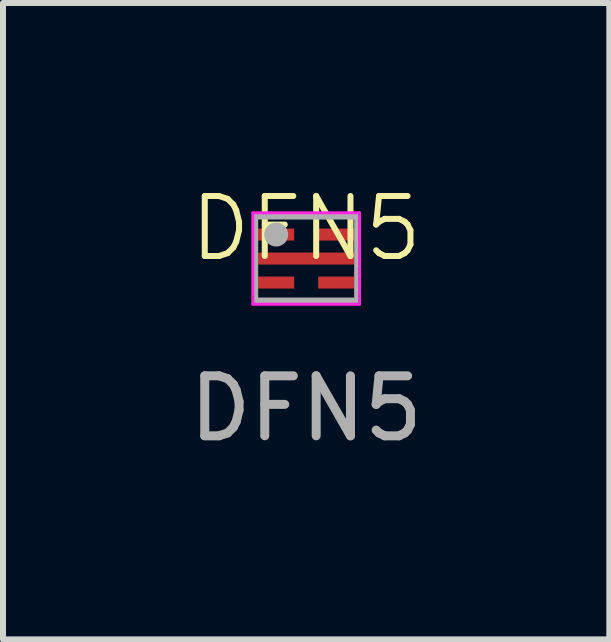
<source format=kicad_pcb>
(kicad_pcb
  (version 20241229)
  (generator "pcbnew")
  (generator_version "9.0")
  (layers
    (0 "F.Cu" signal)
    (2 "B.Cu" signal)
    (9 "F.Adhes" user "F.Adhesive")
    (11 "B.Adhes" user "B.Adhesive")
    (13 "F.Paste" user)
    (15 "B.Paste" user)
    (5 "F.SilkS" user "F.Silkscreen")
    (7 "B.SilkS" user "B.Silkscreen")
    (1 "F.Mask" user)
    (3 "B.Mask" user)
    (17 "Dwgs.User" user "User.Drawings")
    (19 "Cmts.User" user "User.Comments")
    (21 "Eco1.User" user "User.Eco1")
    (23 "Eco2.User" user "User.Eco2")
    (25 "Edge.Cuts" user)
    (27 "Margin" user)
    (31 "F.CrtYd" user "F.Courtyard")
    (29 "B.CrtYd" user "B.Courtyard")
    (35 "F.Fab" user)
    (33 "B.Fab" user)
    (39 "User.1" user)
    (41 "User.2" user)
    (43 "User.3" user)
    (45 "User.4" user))
  (footprint "DFN5"
    (layer "F.Cu")
    (at 2.054 1.26)
    (property "Reference" "DFN5" (at 0 -0.5 0) (unlocked yes) (layer "F.SilkS") (effects (font (size 1 1) (thickness 0.1))))
    (attr smd)
    (fp_line (start -0.889 -0.762) (end 0.889 -0.762) (stroke (width 0.05) (type default)) (layer "F.CrtYd"))
    (fp_line (start -0.889 0.762) (end -0.889 -0.762) (stroke (width 0.05) (type default)) (layer "F.CrtYd"))
    (fp_line (start 0.889 -0.762) (end 0.889 0.762) (stroke (width 0.05) (type default)) (layer "F.CrtYd"))
    (fp_line (start 0.889 0.762) (end -0.889 0.762) (stroke (width 0.05) (type default)) (layer "F.CrtYd"))
    (fp_line (start -0.85 -0.7) (end 0.85 -0.7) (stroke (width 0.1) (type solid)) (layer "F.Fab"))
    (fp_line (start -0.85 0.7) (end -0.85 -0.7) (stroke (width 0.1) (type solid)) (layer "F.Fab"))
    (fp_line (start 0.85 -0.7) (end 0.85 0.7) (stroke (width 0.1) (type solid)) (layer "F.Fab"))
    (fp_line (start 0.85 0.7) (end -0.85 0.7) (stroke (width 0.1) (type solid)) (layer "F.Fab"))
    (fp_circle (center -0.5 -0.4) (end -0.4 -0.4) (stroke (width 0.2) (type solid)) (fill no) (layer "F.Fab"))
    (fp_text user "${REFERENCE}" (at 0 2.5 0) (unlocked yes) (layer "F.Fab") (effects (font (size 1 1) (thickness 0.15))))
    (pad "1" smd rect (at -0.5 -0.4) (size 0.6 0.2) (layers "F.Cu" "F.Mask" "F.Paste"))
    (pad "2" smd rect (at 0 0 90) (size 0.2 1.6) (layers "F.Cu" "F.Mask" "F.Paste"))
    (pad "3" smd rect (at -0.5 0.4) (size 0.6 0.2) (layers "F.Cu" "F.Mask" "F.Paste"))
    (pad "4" smd rect (at 0.5 0.4) (size 0.6 0.2) (layers "F.Cu" "F.Mask" "F.Paste"))
    (pad "5" smd rect (at 0.5 -0.4) (size 0.6 0.2) (layers "F.Cu" "F.Mask" "F.Paste")))
  (gr_rect
    (start -3 -3)
    (end 7.107 7.609)
    (stroke (width 0.1) (type default))
    (fill no)
    (layer "Edge.Cuts")))
</source>
